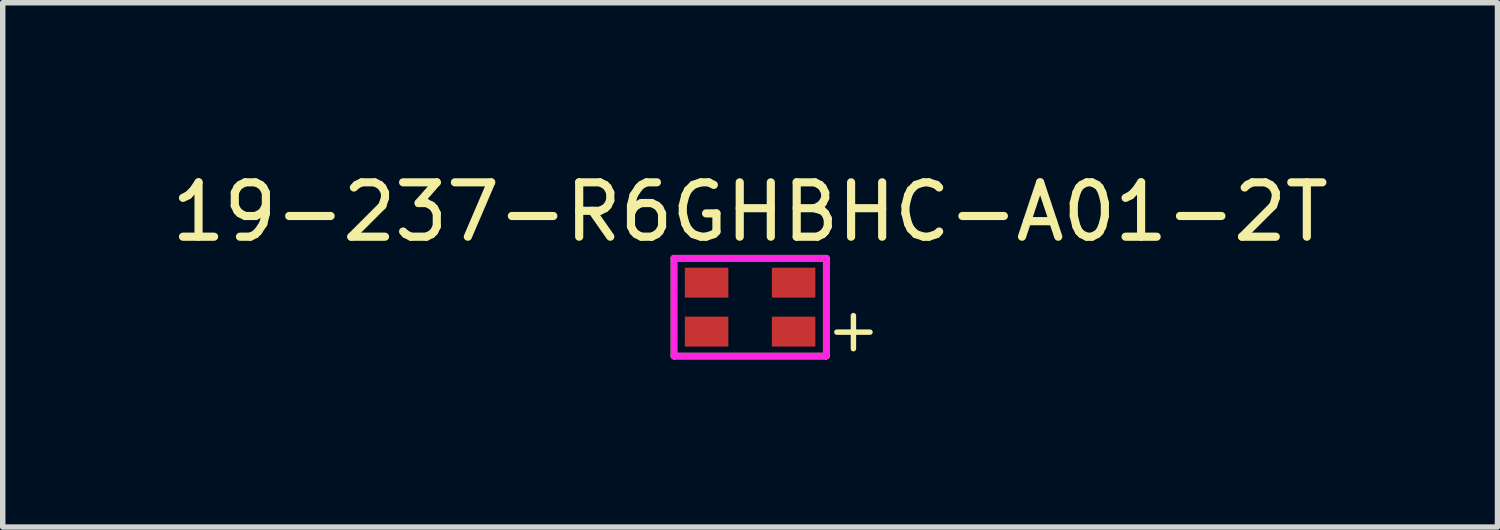
<source format=kicad_pcb>
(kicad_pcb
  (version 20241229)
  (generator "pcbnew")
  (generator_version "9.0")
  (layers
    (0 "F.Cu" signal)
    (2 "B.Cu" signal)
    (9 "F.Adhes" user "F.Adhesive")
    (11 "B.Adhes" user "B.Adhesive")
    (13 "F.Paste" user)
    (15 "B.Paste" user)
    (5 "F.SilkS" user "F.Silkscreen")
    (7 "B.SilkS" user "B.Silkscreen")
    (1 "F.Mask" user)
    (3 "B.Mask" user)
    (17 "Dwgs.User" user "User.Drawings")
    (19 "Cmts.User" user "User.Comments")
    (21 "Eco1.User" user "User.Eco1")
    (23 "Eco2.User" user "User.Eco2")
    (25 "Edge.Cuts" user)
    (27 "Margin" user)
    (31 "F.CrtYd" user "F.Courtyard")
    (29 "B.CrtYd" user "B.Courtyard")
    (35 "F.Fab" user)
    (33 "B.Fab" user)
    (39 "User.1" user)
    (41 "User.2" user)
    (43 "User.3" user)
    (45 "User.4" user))
  (footprint "19-237-R6GHBHC-A01-2T"
    (layer "F.Cu")
    (at 10.744 2.598)
    (property "Reference" "19-237-R6GHBHC-A01-2T" (at 0 -1.75 0) (layer "F.SilkS") (effects (font (size 1 1) (thickness 0.15))))
    (attr smd)
    (fp_line (start -1.4 -0.9) (end 1.4 -0.9) (stroke (width 0.12) (type solid)) (layer "F.SilkS"))
    (fp_line (start -1.4 0.9) (end -1.4 -0.9) (stroke (width 0.12) (type solid)) (layer "F.SilkS"))
    (fp_line (start 1.4 -0.9) (end 1.4 0.9) (stroke (width 0.12) (type solid)) (layer "F.SilkS"))
    (fp_line (start 1.4 0.9) (end -1.4 0.9) (stroke (width 0.12) (type solid)) (layer "F.SilkS"))
    (fp_line (start -1.4 -0.9) (end 1.4 -0.9) (stroke (width 0.12) (type solid)) (layer "F.CrtYd"))
    (fp_line (start -1.4 0.9) (end -1.4 -0.9) (stroke (width 0.12) (type solid)) (layer "F.CrtYd"))
    (fp_line (start 1.4 -0.9) (end 1.4 0.9) (stroke (width 0.12) (type solid)) (layer "F.CrtYd"))
    (fp_line (start 1.4 0.9) (end -1.4 0.9) (stroke (width 0.12) (type solid)) (layer "F.CrtYd"))
    (fp_text user "+" (at 1.9 0.4 0) (layer "F.SilkS") (effects (font (size 0.8 0.8) (thickness 0.1))))
    (pad "1" smd rect (at -0.8 0.45) (size 0.8 0.55) (layers "F.Cu" "F.Mask" "F.Paste"))
    (pad "2" smd rect (at -0.8 -0.45) (size 0.8 0.55) (layers "F.Cu" "F.Mask" "F.Paste"))
    (pad "3" smd rect (at 0.8 -0.45) (size 0.8 0.55) (layers "F.Cu" "F.Mask" "F.Paste"))
    (pad "4" smd rect (at 0.8 0.45) (size 0.8 0.55) (layers "F.Cu" "F.Mask" "F.Paste")))
  (gr_rect
    (start -3 -3)
    (end 24.488 6.642)
    (stroke (width 0.1) (type default))
    (fill no)
    (layer "Edge.Cuts")))
</source>
